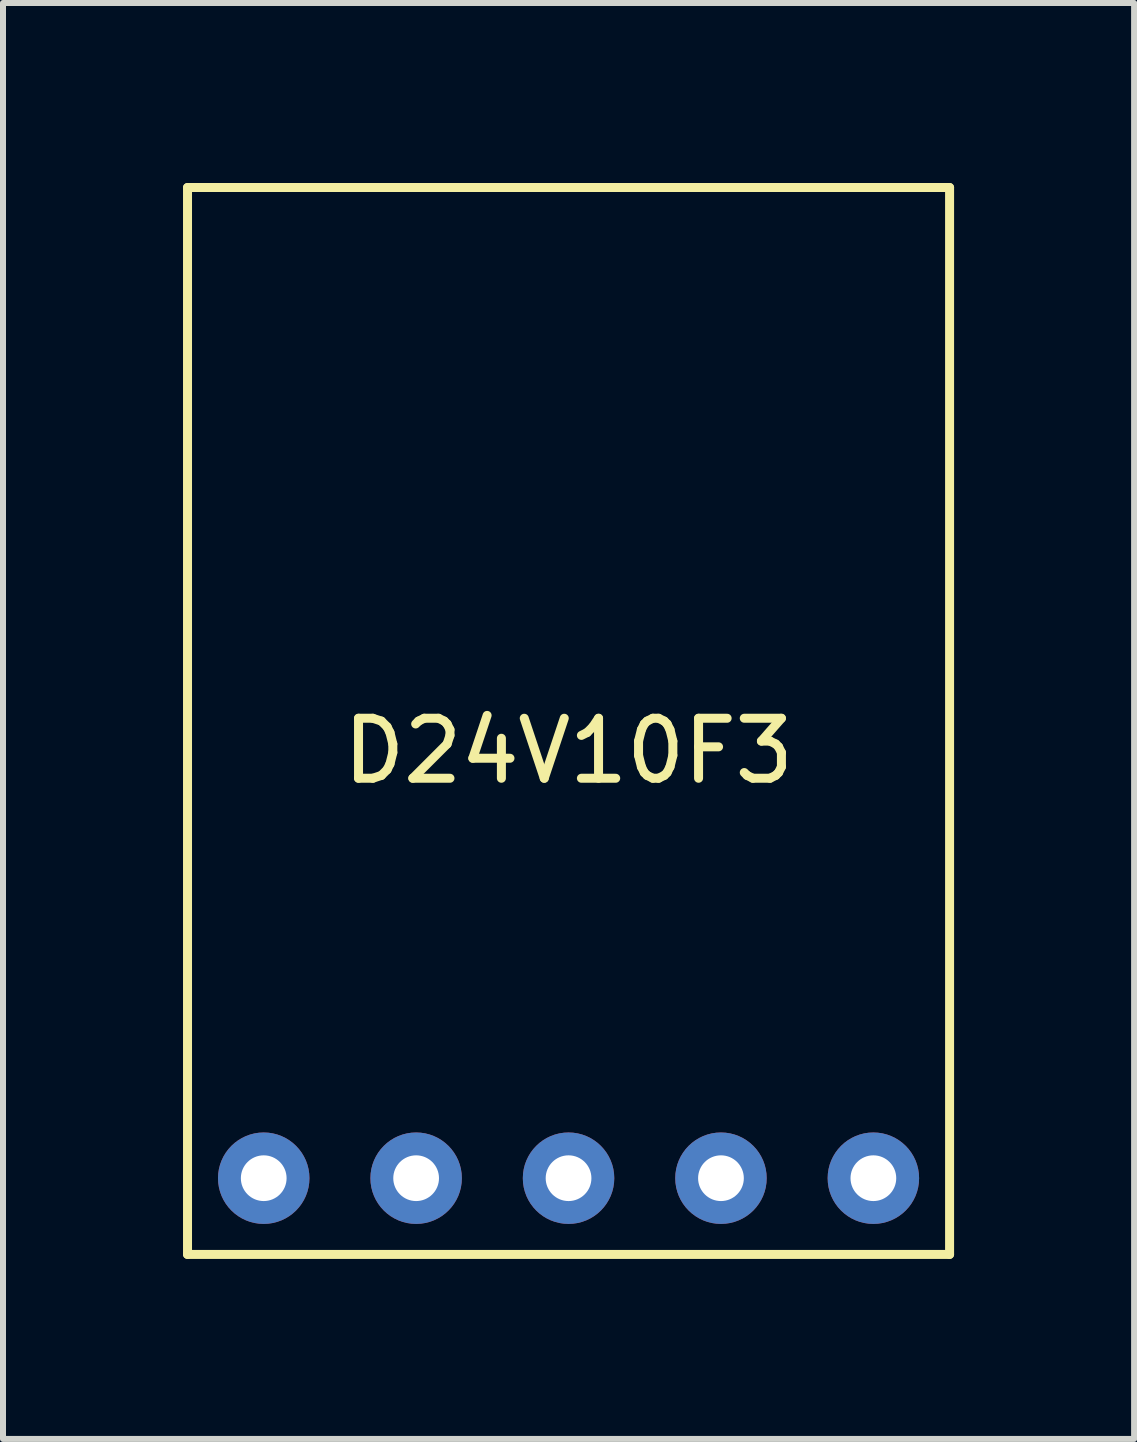
<source format=kicad_pcb>
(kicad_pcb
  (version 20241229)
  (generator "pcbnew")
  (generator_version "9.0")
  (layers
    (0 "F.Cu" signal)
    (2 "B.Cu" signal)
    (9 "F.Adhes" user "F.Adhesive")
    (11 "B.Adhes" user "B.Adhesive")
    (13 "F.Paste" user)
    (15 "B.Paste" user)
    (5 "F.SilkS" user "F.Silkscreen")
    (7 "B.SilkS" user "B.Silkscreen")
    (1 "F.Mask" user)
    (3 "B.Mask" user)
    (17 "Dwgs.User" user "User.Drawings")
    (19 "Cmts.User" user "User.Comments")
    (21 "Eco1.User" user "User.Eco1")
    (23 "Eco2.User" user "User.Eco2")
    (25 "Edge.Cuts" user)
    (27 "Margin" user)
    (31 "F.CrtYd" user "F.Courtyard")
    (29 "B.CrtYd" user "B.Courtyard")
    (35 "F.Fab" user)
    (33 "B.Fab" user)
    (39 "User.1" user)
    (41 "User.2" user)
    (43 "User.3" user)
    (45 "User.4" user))
  (footprint "D24V10F3"
    (layer "F.Cu")
    (at 6.425 8.965)
    (property "Reference" "D24V10F3" (at 0 0.5 0) (layer "F.SilkS") (effects (font (size 1 1) (thickness 0.15))))
    (attr through_hole)
    (fp_line (start -6.35 -8.89) (end 6.35 -8.89) (stroke (width 0.15) (type solid)) (layer "F.SilkS"))
    (fp_line (start -6.35 8.89) (end -6.35 -8.89) (stroke (width 0.15) (type solid)) (layer "F.SilkS"))
    (fp_line (start 6.35 -8.89) (end 6.35 8.89) (stroke (width 0.15) (type solid)) (layer "F.SilkS"))
    (fp_line (start 6.35 8.89) (end -6.35 8.89) (stroke (width 0.15) (type solid)) (layer "F.SilkS"))
    (pad "1" thru_hole circle (at -5.08 7.62) (size 1.524 1.524) (drill 0.762) (layers "*.Cu" "*.Mask"))
    (pad "2" thru_hole circle (at -2.54 7.62) (size 1.524 1.524) (drill 0.762) (layers "*.Cu" "*.Mask"))
    (pad "3" thru_hole circle (at 0 7.62) (size 1.524 1.524) (drill 0.762) (layers "*.Cu" "*.Mask"))
    (pad "4" thru_hole circle (at 2.54 7.62) (size 1.524 1.524) (drill 0.762) (layers "*.Cu" "*.Mask"))
    (pad "5" thru_hole circle (at 5.08 7.62) (size 1.524 1.524) (drill 0.762) (layers "*.Cu" "*.Mask")))
  (gr_rect
    (start -3 -3)
    (end 15.85 20.93)
    (stroke (width 0.1) (type default))
    (fill no)
    (layer "Edge.Cuts")))
</source>
